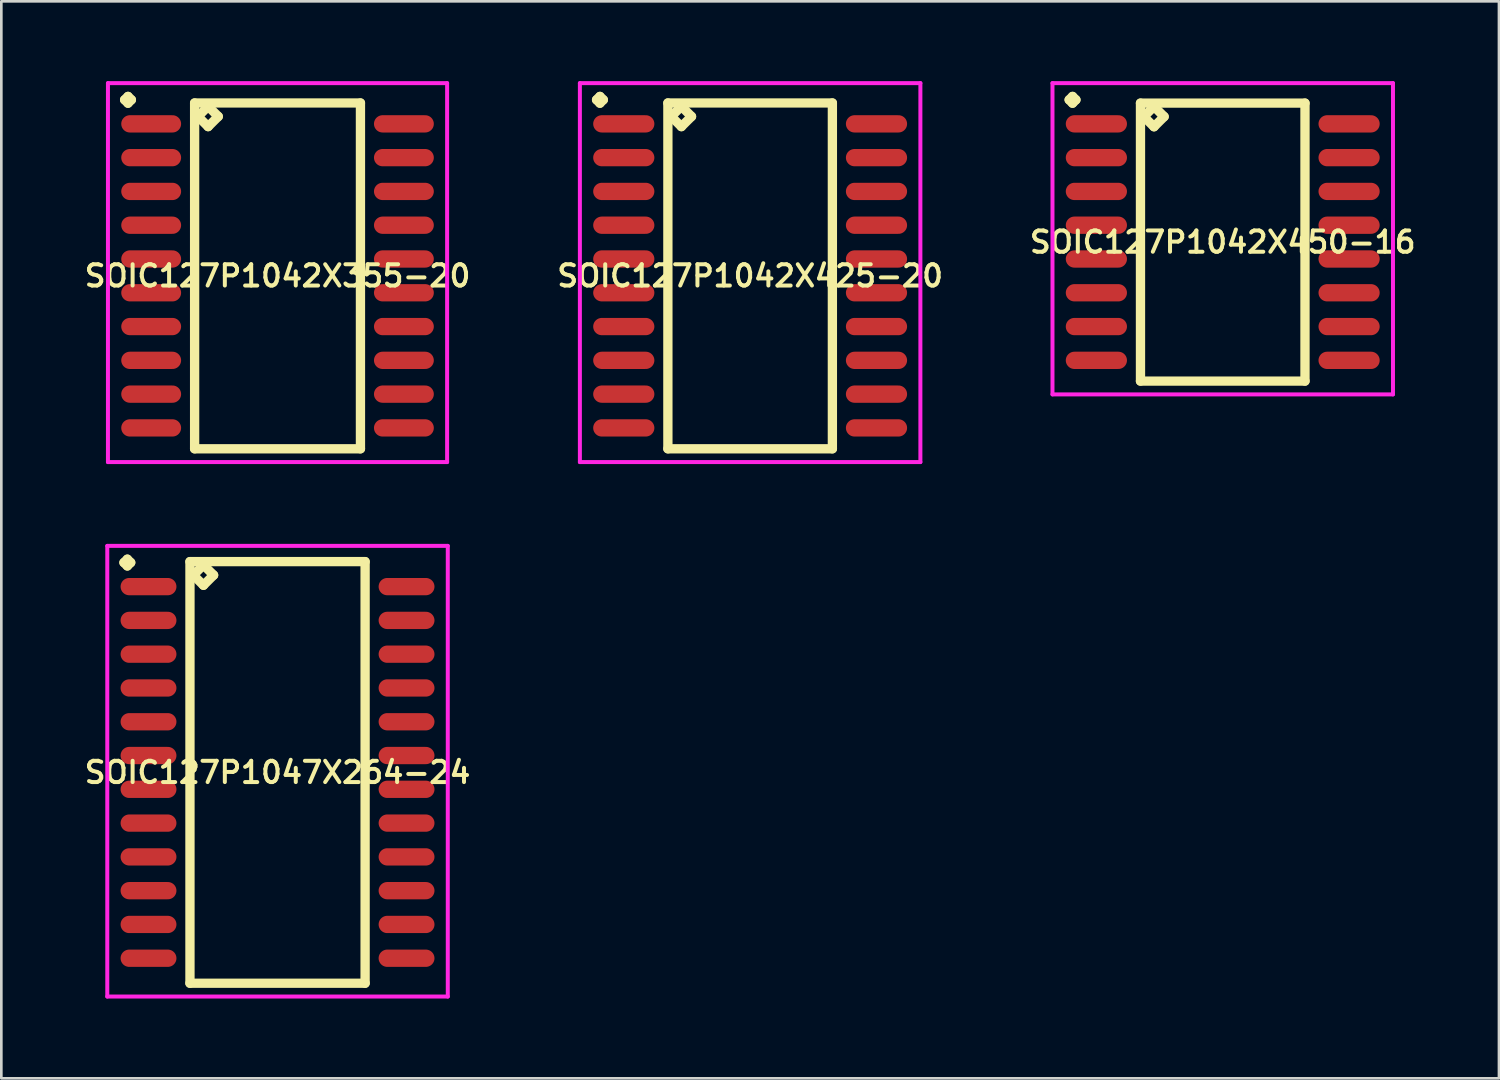
<source format=kicad_pcb>
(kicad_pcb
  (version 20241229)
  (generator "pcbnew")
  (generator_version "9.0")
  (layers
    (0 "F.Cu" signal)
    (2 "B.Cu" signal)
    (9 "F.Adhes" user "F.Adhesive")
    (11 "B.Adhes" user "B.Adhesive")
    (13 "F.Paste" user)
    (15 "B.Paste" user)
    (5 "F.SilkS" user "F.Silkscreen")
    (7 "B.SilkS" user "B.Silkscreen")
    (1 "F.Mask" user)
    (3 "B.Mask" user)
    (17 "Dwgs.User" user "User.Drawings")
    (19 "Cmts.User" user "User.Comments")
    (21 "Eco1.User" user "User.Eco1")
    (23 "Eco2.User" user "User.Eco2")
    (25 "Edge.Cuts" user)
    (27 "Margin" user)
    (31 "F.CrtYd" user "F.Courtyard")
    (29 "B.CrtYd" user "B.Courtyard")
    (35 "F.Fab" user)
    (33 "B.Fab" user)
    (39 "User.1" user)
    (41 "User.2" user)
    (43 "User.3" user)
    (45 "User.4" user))
  (footprint "SOIC127P1042X450-16"
    (layer "F.Cu")
    (at 42.915 6.051)
    (property "Reference" "SOIC127P1042X450-16" (at 0 0 0) (layer "F.SilkS") (effects (font (size 0.8 0.8) (thickness 0.15))))
    (attr smd)
    (fp_line (start -5.773 -5.349) (end -5.646 -5.476) (stroke (width 0.35) (type solid)) (layer "F.SilkS"))
    (fp_line (start -5.646 -5.476) (end -5.519 -5.349) (stroke (width 0.35) (type solid)) (layer "F.SilkS"))
    (fp_line (start -5.646 -5.222) (end -5.773 -5.349) (stroke (width 0.35) (type solid)) (layer "F.SilkS"))
    (fp_line (start -5.519 -5.349) (end -5.646 -5.222) (stroke (width 0.35) (type solid)) (layer "F.SilkS"))
    (fp_line (start -3.092 -5.225) (end -3.092 5.225) (stroke (width 0.35) (type solid)) (layer "F.SilkS"))
    (fp_line (start -3.092 5.225) (end 3.092 5.225) (stroke (width 0.35) (type solid)) (layer "F.SilkS"))
    (fp_line (start -2.965 -4.717) (end -2.584 -5.098) (stroke (width 0.35) (type solid)) (layer "F.SilkS"))
    (fp_line (start -2.584 -5.098) (end -2.203 -4.717) (stroke (width 0.35) (type solid)) (layer "F.SilkS"))
    (fp_line (start -2.584 -4.336) (end -2.965 -4.717) (stroke (width 0.35) (type solid)) (layer "F.SilkS"))
    (fp_line (start -2.203 -4.717) (end -2.584 -4.336) (stroke (width 0.35) (type solid)) (layer "F.SilkS"))
    (fp_line (start 3.092 -5.225) (end -3.092 -5.225) (stroke (width 0.35) (type solid)) (layer "F.SilkS"))
    (fp_line (start 3.092 5.225) (end 3.092 -5.225) (stroke (width 0.35) (type solid)) (layer "F.SilkS"))
    (fp_line (start -6.4 -5.976) (end 6.4 -5.976) (stroke (width 0.15) (type solid)) (layer "F.CrtYd"))
    (fp_line (start -6.4 5.725) (end -6.4 -5.976) (stroke (width 0.15) (type solid)) (layer "F.CrtYd"))
    (fp_line (start 6.4 -5.976) (end 6.4 5.725) (stroke (width 0.15) (type solid)) (layer "F.CrtYd"))
    (fp_line (start 6.4 5.725) (end -6.4 5.725) (stroke (width 0.15) (type solid)) (layer "F.CrtYd"))
    (pad "1" smd oval (at -4.75 -4.445) (size 2.3 0.65) (layers "F.Cu" "F.Mask" "F.Paste"))
    (pad "2" smd oval (at -4.75 -3.175) (size 2.3 0.65) (layers "F.Cu" "F.Mask" "F.Paste"))
    (pad "3" smd oval (at -4.75 -1.905) (size 2.3 0.65) (layers "F.Cu" "F.Mask" "F.Paste"))
    (pad "4" smd oval (at -4.75 -0.635) (size 2.3 0.65) (layers "F.Cu" "F.Mask" "F.Paste"))
    (pad "5" smd oval (at -4.75 0.635) (size 2.3 0.65) (layers "F.Cu" "F.Mask" "F.Paste"))
    (pad "6" smd oval (at -4.75 1.905) (size 2.3 0.65) (layers "F.Cu" "F.Mask" "F.Paste"))
    (pad "7" smd oval (at -4.75 3.175) (size 2.3 0.65) (layers "F.Cu" "F.Mask" "F.Paste"))
    (pad "8" smd oval (at -4.75 4.445) (size 2.3 0.65) (layers "F.Cu" "F.Mask" "F.Paste"))
    (pad "9" smd oval (at 4.75 4.445) (size 2.3 0.65) (layers "F.Cu" "F.Mask" "F.Paste"))
    (pad "10" smd oval (at 4.75 3.175) (size 2.3 0.65) (layers "F.Cu" "F.Mask" "F.Paste"))
    (pad "11" smd oval (at 4.75 1.905) (size 2.3 0.65) (layers "F.Cu" "F.Mask" "F.Paste"))
    (pad "12" smd oval (at 4.75 0.635) (size 2.3 0.65) (layers "F.Cu" "F.Mask" "F.Paste"))
    (pad "13" smd oval (at 4.75 -0.635) (size 2.3 0.65) (layers "F.Cu" "F.Mask" "F.Paste"))
    (pad "14" smd oval (at 4.75 -1.905) (size 2.3 0.65) (layers "F.Cu" "F.Mask" "F.Paste"))
    (pad "15" smd oval (at 4.75 -3.175) (size 2.3 0.65) (layers "F.Cu" "F.Mask" "F.Paste"))
    (pad "16" smd oval (at 4.75 -4.445) (size 2.3 0.65) (layers "F.Cu" "F.Mask" "F.Paste")))
  (footprint "SOIC127P1042X425-20"
    (layer "F.Cu")
    (at 25.149 7.321)
    (property "Reference" "SOIC127P1042X425-20" (at 0 0 0) (layer "F.SilkS") (effects (font (size 0.8 0.8) (thickness 0.15))))
    (attr smd)
    (fp_line (start -5.773 -6.619) (end -5.646 -6.746) (stroke (width 0.35) (type solid)) (layer "F.SilkS"))
    (fp_line (start -5.646 -6.746) (end -5.519 -6.619) (stroke (width 0.35) (type solid)) (layer "F.SilkS"))
    (fp_line (start -5.646 -6.492) (end -5.773 -6.619) (stroke (width 0.35) (type solid)) (layer "F.SilkS"))
    (fp_line (start -5.519 -6.619) (end -5.646 -6.492) (stroke (width 0.35) (type solid)) (layer "F.SilkS"))
    (fp_line (start -3.092 -6.5) (end -3.092 6.5) (stroke (width 0.35) (type solid)) (layer "F.SilkS"))
    (fp_line (start -3.092 6.5) (end 3.092 6.5) (stroke (width 0.35) (type solid)) (layer "F.SilkS"))
    (fp_line (start -2.965 -5.992) (end -2.584 -6.373) (stroke (width 0.35) (type solid)) (layer "F.SilkS"))
    (fp_line (start -2.584 -6.373) (end -2.203 -5.992) (stroke (width 0.35) (type solid)) (layer "F.SilkS"))
    (fp_line (start -2.584 -5.611) (end -2.965 -5.992) (stroke (width 0.35) (type solid)) (layer "F.SilkS"))
    (fp_line (start -2.203 -5.992) (end -2.584 -5.611) (stroke (width 0.35) (type solid)) (layer "F.SilkS"))
    (fp_line (start 3.092 -6.5) (end -3.092 -6.5) (stroke (width 0.35) (type solid)) (layer "F.SilkS"))
    (fp_line (start 3.092 6.5) (end 3.092 -6.5) (stroke (width 0.35) (type solid)) (layer "F.SilkS"))
    (fp_line (start -6.4 -7.246) (end 6.4 -7.246) (stroke (width 0.15) (type solid)) (layer "F.CrtYd"))
    (fp_line (start -6.4 7) (end -6.4 -7.246) (stroke (width 0.15) (type solid)) (layer "F.CrtYd"))
    (fp_line (start 6.4 -7.246) (end 6.4 7) (stroke (width 0.15) (type solid)) (layer "F.CrtYd"))
    (fp_line (start 6.4 7) (end -6.4 7) (stroke (width 0.15) (type solid)) (layer "F.CrtYd"))
    (pad "1" smd oval (at -4.75 -5.715) (size 2.3 0.65) (layers "F.Cu" "F.Mask" "F.Paste"))
    (pad "2" smd oval (at -4.75 -4.445) (size 2.3 0.65) (layers "F.Cu" "F.Mask" "F.Paste"))
    (pad "3" smd oval (at -4.75 -3.175) (size 2.3 0.65) (layers "F.Cu" "F.Mask" "F.Paste"))
    (pad "4" smd oval (at -4.75 -1.905) (size 2.3 0.65) (layers "F.Cu" "F.Mask" "F.Paste"))
    (pad "5" smd oval (at -4.75 -0.635) (size 2.3 0.65) (layers "F.Cu" "F.Mask" "F.Paste"))
    (pad "6" smd oval (at -4.75 0.635) (size 2.3 0.65) (layers "F.Cu" "F.Mask" "F.Paste"))
    (pad "7" smd oval (at -4.75 1.905) (size 2.3 0.65) (layers "F.Cu" "F.Mask" "F.Paste"))
    (pad "8" smd oval (at -4.75 3.175) (size 2.3 0.65) (layers "F.Cu" "F.Mask" "F.Paste"))
    (pad "9" smd oval (at -4.75 4.445) (size 2.3 0.65) (layers "F.Cu" "F.Mask" "F.Paste"))
    (pad "10" smd oval (at -4.75 5.715) (size 2.3 0.65) (layers "F.Cu" "F.Mask" "F.Paste"))
    (pad "11" smd oval (at 4.75 5.715) (size 2.3 0.65) (layers "F.Cu" "F.Mask" "F.Paste"))
    (pad "12" smd oval (at 4.75 4.445) (size 2.3 0.65) (layers "F.Cu" "F.Mask" "F.Paste"))
    (pad "13" smd oval (at 4.75 3.175) (size 2.3 0.65) (layers "F.Cu" "F.Mask" "F.Paste"))
    (pad "14" smd oval (at 4.75 1.905) (size 2.3 0.65) (layers "F.Cu" "F.Mask" "F.Paste"))
    (pad "15" smd oval (at 4.75 0.635) (size 2.3 0.65) (layers "F.Cu" "F.Mask" "F.Paste"))
    (pad "16" smd oval (at 4.75 -0.635) (size 2.3 0.65) (layers "F.Cu" "F.Mask" "F.Paste"))
    (pad "17" smd oval (at 4.75 -1.905) (size 2.3 0.65) (layers "F.Cu" "F.Mask" "F.Paste"))
    (pad "18" smd oval (at 4.75 -3.175) (size 2.3 0.65) (layers "F.Cu" "F.Mask" "F.Paste"))
    (pad "19" smd oval (at 4.75 -4.445) (size 2.3 0.65) (layers "F.Cu" "F.Mask" "F.Paste"))
    (pad "20" smd oval (at 4.75 -5.715) (size 2.3 0.65) (layers "F.Cu" "F.Mask" "F.Paste")))
  (footprint "SOIC127P1047X264-24"
    (layer "F.Cu")
    (at 7.383 25.987)
    (property "Reference" "SOIC127P1047X264-24" (at 0 0 0) (layer "F.SilkS") (effects (font (size 0.8 0.8) (thickness 0.15))))
    (attr smd)
    (fp_line (start -5.773 -7.889) (end -5.646 -8.016) (stroke (width 0.35) (type solid)) (layer "F.SilkS"))
    (fp_line (start -5.646 -8.016) (end -5.519 -7.889) (stroke (width 0.35) (type solid)) (layer "F.SilkS"))
    (fp_line (start -5.646 -7.762) (end -5.773 -7.889) (stroke (width 0.35) (type solid)) (layer "F.SilkS"))
    (fp_line (start -5.519 -7.889) (end -5.646 -7.762) (stroke (width 0.35) (type solid)) (layer "F.SilkS"))
    (fp_line (start -3.292 -7.925) (end -3.292 7.925) (stroke (width 0.35) (type solid)) (layer "F.SilkS"))
    (fp_line (start -3.292 7.925) (end 3.292 7.925) (stroke (width 0.35) (type solid)) (layer "F.SilkS"))
    (fp_line (start -3.165 -7.417) (end -2.784 -7.798) (stroke (width 0.35) (type solid)) (layer "F.SilkS"))
    (fp_line (start -2.784 -7.798) (end -2.403 -7.417) (stroke (width 0.35) (type solid)) (layer "F.SilkS"))
    (fp_line (start -2.784 -7.036) (end -3.165 -7.417) (stroke (width 0.35) (type solid)) (layer "F.SilkS"))
    (fp_line (start -2.403 -7.417) (end -2.784 -7.036) (stroke (width 0.35) (type solid)) (layer "F.SilkS"))
    (fp_line (start 3.292 -7.925) (end -3.292 -7.925) (stroke (width 0.35) (type solid)) (layer "F.SilkS"))
    (fp_line (start 3.292 7.925) (end 3.292 -7.925) (stroke (width 0.35) (type solid)) (layer "F.SilkS"))
    (fp_line (start -6.4 -8.516) (end 6.4 -8.516) (stroke (width 0.15) (type solid)) (layer "F.CrtYd"))
    (fp_line (start -6.4 8.425) (end -6.4 -8.516) (stroke (width 0.15) (type solid)) (layer "F.CrtYd"))
    (fp_line (start 6.4 -8.516) (end 6.4 8.425) (stroke (width 0.15) (type solid)) (layer "F.CrtYd"))
    (fp_line (start 6.4 8.425) (end -6.4 8.425) (stroke (width 0.15) (type solid)) (layer "F.CrtYd"))
    (pad "1" smd oval (at -4.85 -6.985) (size 2.1 0.65) (layers "F.Cu" "F.Mask" "F.Paste"))
    (pad "2" smd oval (at -4.85 -5.715) (size 2.1 0.65) (layers "F.Cu" "F.Mask" "F.Paste"))
    (pad "3" smd oval (at -4.85 -4.445) (size 2.1 0.65) (layers "F.Cu" "F.Mask" "F.Paste"))
    (pad "4" smd oval (at -4.85 -3.175) (size 2.1 0.65) (layers "F.Cu" "F.Mask" "F.Paste"))
    (pad "5" smd oval (at -4.85 -1.905) (size 2.1 0.65) (layers "F.Cu" "F.Mask" "F.Paste"))
    (pad "6" smd oval (at -4.85 -0.635) (size 2.1 0.65) (layers "F.Cu" "F.Mask" "F.Paste"))
    (pad "7" smd oval (at -4.85 0.635) (size 2.1 0.65) (layers "F.Cu" "F.Mask" "F.Paste"))
    (pad "8" smd oval (at -4.85 1.905) (size 2.1 0.65) (layers "F.Cu" "F.Mask" "F.Paste"))
    (pad "9" smd oval (at -4.85 3.175) (size 2.1 0.65) (layers "F.Cu" "F.Mask" "F.Paste"))
    (pad "10" smd oval (at -4.85 4.445) (size 2.1 0.65) (layers "F.Cu" "F.Mask" "F.Paste"))
    (pad "11" smd oval (at -4.85 5.715) (size 2.1 0.65) (layers "F.Cu" "F.Mask" "F.Paste"))
    (pad "12" smd oval (at -4.85 6.985) (size 2.1 0.65) (layers "F.Cu" "F.Mask" "F.Paste"))
    (pad "13" smd oval (at 4.85 6.985) (size 2.1 0.65) (layers "F.Cu" "F.Mask" "F.Paste"))
    (pad "14" smd oval (at 4.85 5.715) (size 2.1 0.65) (layers "F.Cu" "F.Mask" "F.Paste"))
    (pad "15" smd oval (at 4.85 4.445) (size 2.1 0.65) (layers "F.Cu" "F.Mask" "F.Paste"))
    (pad "16" smd oval (at 4.85 3.175) (size 2.1 0.65) (layers "F.Cu" "F.Mask" "F.Paste"))
    (pad "17" smd oval (at 4.85 1.905) (size 2.1 0.65) (layers "F.Cu" "F.Mask" "F.Paste"))
    (pad "18" smd oval (at 4.85 0.635) (size 2.1 0.65) (layers "F.Cu" "F.Mask" "F.Paste"))
    (pad "19" smd oval (at 4.85 -0.635) (size 2.1 0.65) (layers "F.Cu" "F.Mask" "F.Paste"))
    (pad "20" smd oval (at 4.85 -1.905) (size 2.1 0.65) (layers "F.Cu" "F.Mask" "F.Paste"))
    (pad "21" smd oval (at 4.85 -3.175) (size 2.1 0.65) (layers "F.Cu" "F.Mask" "F.Paste"))
    (pad "22" smd oval (at 4.85 -4.445) (size 2.1 0.65) (layers "F.Cu" "F.Mask" "F.Paste"))
    (pad "23" smd oval (at 4.85 -5.715) (size 2.1 0.65) (layers "F.Cu" "F.Mask" "F.Paste"))
    (pad "24" smd oval (at 4.85 -6.985) (size 2.1 0.65) (layers "F.Cu" "F.Mask" "F.Paste")))
  (footprint "SOIC127P1042X355-20"
    (layer "F.Cu")
    (at 7.383 7.321)
    (property "Reference" "SOIC127P1042X355-20" (at 0 0 0) (layer "F.SilkS") (effects (font (size 0.8 0.8) (thickness 0.15))))
    (attr smd)
    (fp_line (start -5.748 -6.619) (end -5.621 -6.746) (stroke (width 0.35) (type solid)) (layer "F.SilkS"))
    (fp_line (start -5.621 -6.746) (end -5.494 -6.619) (stroke (width 0.35) (type solid)) (layer "F.SilkS"))
    (fp_line (start -5.621 -6.492) (end -5.748 -6.619) (stroke (width 0.35) (type solid)) (layer "F.SilkS"))
    (fp_line (start -5.494 -6.619) (end -5.621 -6.492) (stroke (width 0.35) (type solid)) (layer "F.SilkS"))
    (fp_line (start -3.117 -6.5) (end -3.117 6.5) (stroke (width 0.35) (type solid)) (layer "F.SilkS"))
    (fp_line (start -3.117 6.5) (end 3.117 6.5) (stroke (width 0.35) (type solid)) (layer "F.SilkS"))
    (fp_line (start -2.99 -5.992) (end -2.609 -6.373) (stroke (width 0.35) (type solid)) (layer "F.SilkS"))
    (fp_line (start -2.609 -6.373) (end -2.228 -5.992) (stroke (width 0.35) (type solid)) (layer "F.SilkS"))
    (fp_line (start -2.609 -5.611) (end -2.99 -5.992) (stroke (width 0.35) (type solid)) (layer "F.SilkS"))
    (fp_line (start -2.228 -5.992) (end -2.609 -5.611) (stroke (width 0.35) (type solid)) (layer "F.SilkS"))
    (fp_line (start 3.117 -6.5) (end -3.117 -6.5) (stroke (width 0.35) (type solid)) (layer "F.SilkS"))
    (fp_line (start 3.117 6.5) (end 3.117 -6.5) (stroke (width 0.35) (type solid)) (layer "F.SilkS"))
    (fp_line (start -6.375 -7.246) (end 6.375 -7.246) (stroke (width 0.15) (type solid)) (layer "F.CrtYd"))
    (fp_line (start -6.375 7) (end -6.375 -7.246) (stroke (width 0.15) (type solid)) (layer "F.CrtYd"))
    (fp_line (start 6.375 -7.246) (end 6.375 7) (stroke (width 0.15) (type solid)) (layer "F.CrtYd"))
    (fp_line (start 6.375 7) (end -6.375 7) (stroke (width 0.15) (type solid)) (layer "F.CrtYd"))
    (pad "1" smd oval (at -4.75 -5.715) (size 2.25 0.65) (layers "F.Cu" "F.Mask" "F.Paste"))
    (pad "2" smd oval (at -4.75 -4.445) (size 2.25 0.65) (layers "F.Cu" "F.Mask" "F.Paste"))
    (pad "3" smd oval (at -4.75 -3.175) (size 2.25 0.65) (layers "F.Cu" "F.Mask" "F.Paste"))
    (pad "4" smd oval (at -4.75 -1.905) (size 2.25 0.65) (layers "F.Cu" "F.Mask" "F.Paste"))
    (pad "5" smd oval (at -4.75 -0.635) (size 2.25 0.65) (layers "F.Cu" "F.Mask" "F.Paste"))
    (pad "6" smd oval (at -4.75 0.635) (size 2.25 0.65) (layers "F.Cu" "F.Mask" "F.Paste"))
    (pad "7" smd oval (at -4.75 1.905) (size 2.25 0.65) (layers "F.Cu" "F.Mask" "F.Paste"))
    (pad "8" smd oval (at -4.75 3.175) (size 2.25 0.65) (layers "F.Cu" "F.Mask" "F.Paste"))
    (pad "9" smd oval (at -4.75 4.445) (size 2.25 0.65) (layers "F.Cu" "F.Mask" "F.Paste"))
    (pad "10" smd oval (at -4.75 5.715) (size 2.25 0.65) (layers "F.Cu" "F.Mask" "F.Paste"))
    (pad "11" smd oval (at 4.75 5.715) (size 2.25 0.65) (layers "F.Cu" "F.Mask" "F.Paste"))
    (pad "12" smd oval (at 4.75 4.445) (size 2.25 0.65) (layers "F.Cu" "F.Mask" "F.Paste"))
    (pad "13" smd oval (at 4.75 3.175) (size 2.25 0.65) (layers "F.Cu" "F.Mask" "F.Paste"))
    (pad "14" smd oval (at 4.75 1.905) (size 2.25 0.65) (layers "F.Cu" "F.Mask" "F.Paste"))
    (pad "15" smd oval (at 4.75 0.635) (size 2.25 0.65) (layers "F.Cu" "F.Mask" "F.Paste"))
    (pad "16" smd oval (at 4.75 -0.635) (size 2.25 0.65) (layers "F.Cu" "F.Mask" "F.Paste"))
    (pad "17" smd oval (at 4.75 -1.905) (size 2.25 0.65) (layers "F.Cu" "F.Mask" "F.Paste"))
    (pad "18" smd oval (at 4.75 -3.175) (size 2.25 0.65) (layers "F.Cu" "F.Mask" "F.Paste"))
    (pad "19" smd oval (at 4.75 -4.445) (size 2.25 0.65) (layers "F.Cu" "F.Mask" "F.Paste"))
    (pad "20" smd oval (at 4.75 -5.715) (size 2.25 0.65) (layers "F.Cu" "F.Mask" "F.Paste")))
  (gr_rect
    (start -3 -3)
    (end 53.299 37.487)
    (stroke (width 0.1) (type default))
    (fill no)
    (layer "Edge.Cuts")))
</source>
